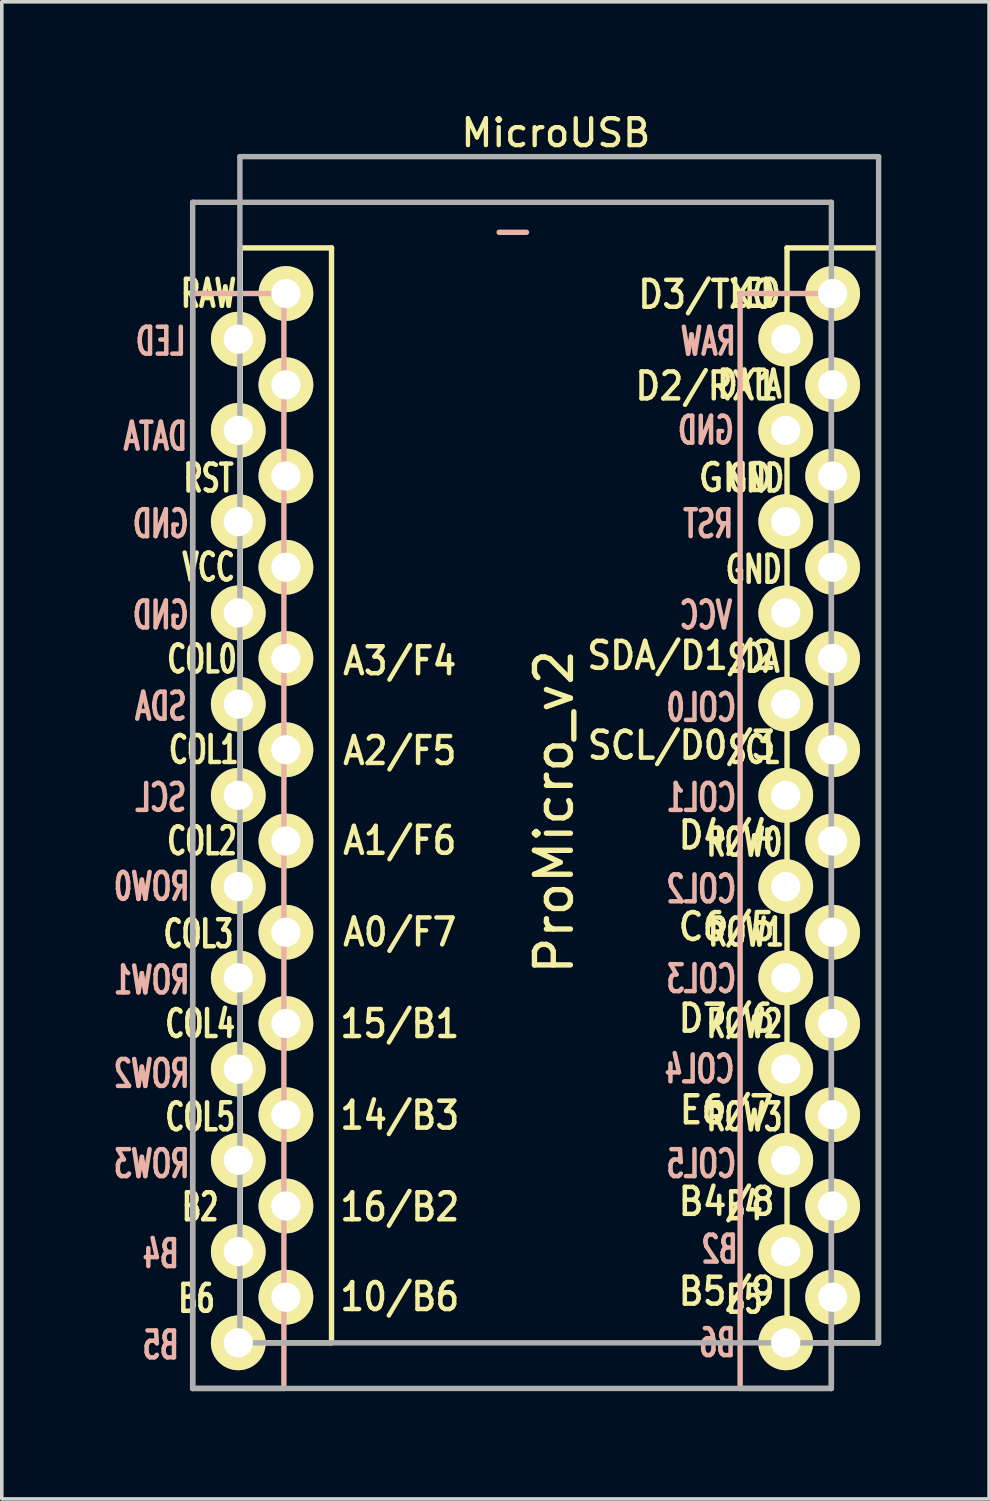
<source format=kicad_pcb>
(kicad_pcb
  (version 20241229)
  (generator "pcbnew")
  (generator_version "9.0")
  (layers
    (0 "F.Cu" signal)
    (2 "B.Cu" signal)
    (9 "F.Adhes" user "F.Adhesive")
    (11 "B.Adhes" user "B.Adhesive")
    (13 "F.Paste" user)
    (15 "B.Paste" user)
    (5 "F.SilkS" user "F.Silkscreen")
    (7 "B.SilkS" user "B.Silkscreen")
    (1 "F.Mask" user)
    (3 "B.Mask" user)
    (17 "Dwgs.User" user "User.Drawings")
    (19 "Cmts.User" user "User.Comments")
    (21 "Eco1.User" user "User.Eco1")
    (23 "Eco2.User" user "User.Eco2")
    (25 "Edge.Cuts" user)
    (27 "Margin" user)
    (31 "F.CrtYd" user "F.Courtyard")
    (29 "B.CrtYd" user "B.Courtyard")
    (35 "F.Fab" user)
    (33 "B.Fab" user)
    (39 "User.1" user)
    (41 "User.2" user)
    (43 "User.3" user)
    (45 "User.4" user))
  (footprint "ProMicro_v2"
    (layer "F.Cu")
    (at 12.473 19.599)
    (property "Reference" "ProMicro_v2" (at -0.1 -0.05 270) (layer "F.SilkS") (effects (font (size 1 1) (thickness 0.15))))
    (attr through_hole)
    (fp_line (start -8.834 -15.748) (end -6.294 -15.748) (stroke (width 0.15) (type solid)) (layer "F.SilkS"))
    (fp_line (start -8.834 14.732) (end -8.834 -15.748) (stroke (width 0.15) (type solid)) (layer "F.SilkS"))
    (fp_line (start -6.294 -15.748) (end -6.294 14.732) (stroke (width 0.15) (type solid)) (layer "F.SilkS"))
    (fp_line (start -6.294 14.732) (end -8.834 14.732) (stroke (width 0.15) (type solid)) (layer "F.SilkS"))
    (fp_line (start 6.386 -15.748) (end 8.926 -15.748) (stroke (width 0.15) (type solid)) (layer "F.SilkS"))
    (fp_line (start 6.386 14.732) (end 6.386 -15.748) (stroke (width 0.15) (type solid)) (layer "F.SilkS"))
    (fp_line (start 8.926 -15.748) (end 8.926 14.732) (stroke (width 0.15) (type solid)) (layer "F.SilkS"))
    (fp_line (start 8.926 14.732) (end 6.386 14.732) (stroke (width 0.15) (type solid)) (layer "F.SilkS"))
    (fp_line (start -10.16 -14.478) (end -7.62 -14.478) (stroke (width 0.15) (type solid)) (layer "B.SilkS"))
    (fp_line (start -10.16 16.002) (end -10.16 -14.478) (stroke (width 0.15) (type solid)) (layer "B.SilkS"))
    (fp_line (start -7.62 -14.478) (end -7.62 16.002) (stroke (width 0.15) (type solid)) (layer "B.SilkS"))
    (fp_line (start -7.62 16.002) (end -10.16 16.002) (stroke (width 0.15) (type solid)) (layer "B.SilkS"))
    (fp_line (start 5.08 -14.478) (end 7.62 -14.478) (stroke (width 0.15) (type solid)) (layer "B.SilkS"))
    (fp_line (start 5.08 16.002) (end 5.08 -14.478) (stroke (width 0.15) (type solid)) (layer "B.SilkS"))
    (fp_line (start 7.62 -14.478) (end 7.62 16.002) (stroke (width 0.15) (type solid)) (layer "B.SilkS"))
    (fp_line (start 7.62 16.002) (end 5.08 16.002) (stroke (width 0.15) (type solid)) (layer "B.SilkS"))
    (fp_line (start -10.16 -17.018) (end 7.62 -17.018) (stroke (width 0.15) (type solid)) (layer "F.Fab"))
    (fp_line (start -10.16 16.002) (end -10.16 -17.018) (stroke (width 0.15) (type solid)) (layer "F.Fab"))
    (fp_line (start -8.845 -18.288) (end 8.935 -18.288) (stroke (width 0.15) (type solid)) (layer "F.Fab"))
    (fp_line (start -8.845 14.732) (end -8.845 -18.288) (stroke (width 0.15) (type solid)) (layer "F.Fab"))
    (fp_line (start 7.62 -17.018) (end 7.62 16.002) (stroke (width 0.15) (type solid)) (layer "F.Fab"))
    (fp_line (start 7.62 16.002) (end -10.16 16.002) (stroke (width 0.15) (type solid)) (layer "F.Fab"))
    (fp_line (start 8.935 -18.288) (end 8.935 14.732) (stroke (width 0.15) (type solid)) (layer "F.Fab"))
    (fp_line (start 8.935 14.732) (end -8.845 14.732) (stroke (width 0.15) (type solid)) (layer "F.Fab"))
    (fp_text user "COL0" (at -9.9 -4.3 0) (layer "F.SilkS") (effects (font (size 0.75 0.5) (thickness 0.125))))
    (fp_text user "VCC" (at -9.716 -6.858 0) (layer "F.SilkS") (effects (font (size 0.75 0.5) (thickness 0.125))))
    (fp_text user "E6/7" (at 4.705 8.25 0) (unlocked yes) (layer "F.SilkS") (effects (font (size 0.75 0.67) (thickness 0.125))))
    (fp_text user "SDA" (at 5.461 -4.318 0) (layer "F.SilkS") (effects (font (size 0.75 0.5) (thickness 0.125))))
    (fp_text user "GND" (at 5.461 -6.795 0) (layer "F.SilkS") (effects (font (size 0.75 0.5) (thickness 0.125))))
    (fp_text user "ROW3" (at 5.2 8.445 0) (layer "F.SilkS") (effects (font (size 0.75 0.5) (thickness 0.125))))
    (fp_text user "COL2" (at -9.9 0.762 0) (layer "F.SilkS") (effects (font (size 0.75 0.5) (thickness 0.125))))
    (fp_text user "D4/4" (at 4.705 0.6 0) (unlocked yes) (layer "F.SilkS") (effects (font (size 0.75 0.67) (thickness 0.125))))
    (fp_text user "C6/5" (at 4.705 3.15 0) (unlocked yes) (layer "F.SilkS") (effects (font (size 0.75 0.67) (thickness 0.125))))
    (fp_text user "DATA" (at 5.35 -11.95 0) (layer "F.SilkS") (effects (font (size 0.75 0.5) (thickness 0.125))))
    (fp_text user "GND" (at 5.524 -9.335 0) (layer "F.SilkS") (effects (font (size 0.75 0.5) (thickness 0.125))))
    (fp_text user "ROW0" (at 5.2 0.8 0) (layer "F.SilkS") (effects (font (size 0.75 0.5) (thickness 0.125))))
    (fp_text user "ROW2" (at 5.2 5.85 0) (layer "F.SilkS") (effects (font (size 0.75 0.5) (thickness 0.125))))
    (fp_text user "COL5" (at -9.95 8.445 0) (layer "F.SilkS") (effects (font (size 0.75 0.5) (thickness 0.125))))
    (fp_text user "A0/F7" (at -4.395 3.3 0) (unlocked yes) (layer "F.SilkS") (effects (font (size 0.75 0.67) (thickness 0.125))))
    (fp_text user "D7/6" (at 4.705 5.7 0) (unlocked yes) (layer "F.SilkS") (effects (font (size 0.75 0.67) (thickness 0.125))))
    (fp_text user "B6" (at -10.05 13.5 0) (layer "F.SilkS") (effects (font (size 0.75 0.5) (thickness 0.125))))
    (fp_text user "B5/9" (at 4.705 13.3 0) (unlocked yes) (layer "F.SilkS") (effects (font (size 0.75 0.67) (thickness 0.125))))
    (fp_text user "B4/8" (at 4.705 10.8 0) (unlocked yes) (layer "F.SilkS") (effects (font (size 0.75 0.67) (thickness 0.125))))
    (fp_text user "D2/RX1" (at 4.155 -11.9 0) (unlocked yes) (layer "F.SilkS") (effects (font (size 0.75 0.67) (thickness 0.125))))
    (fp_text user "15/B1" (at -4.395 5.85 0) (unlocked yes) (layer "F.SilkS") (effects (font (size 0.75 0.67) (thickness 0.125))))
    (fp_text user "COL4" (at -9.95 5.85 0) (layer "F.SilkS") (effects (font (size 0.75 0.5) (thickness 0.125))))
    (fp_text user "16/B2" (at -4.395 10.95 0) (unlocked yes) (layer "F.SilkS") (effects (font (size 0.75 0.67) (thickness 0.125))))
    (fp_text user "B4" (at 5.2 10.922 0) (layer "F.SilkS") (effects (font (size 0.75 0.5) (thickness 0.125))))
    (fp_text user "B2" (at -9.95 10.95 0) (layer "F.SilkS") (effects (font (size 0.75 0.5) (thickness 0.125))))
    (fp_text user "" (at -0.5 -17.25 0) (layer "F.SilkS") (effects (font (size 1 1) (thickness 0.15))))
    (fp_text user "A3/F4" (at -4.395 -4.25 0) (unlocked yes) (layer "F.SilkS") (effects (font (size 0.75 0.67) (thickness 0.125))))
    (fp_text user "D3/TX0" (at 4.155 -14.45 0) (unlocked yes) (layer "F.SilkS") (effects (font (size 0.75 0.67) (thickness 0.125))))
    (fp_text user "GND" (at 4.955 -9.35 0) (layer "F.SilkS") (effects (font (size 0.75 0.67) (thickness 0.125))))
    (fp_text user "14/B3" (at -4.395 8.4 0) (unlocked yes) (layer "F.SilkS") (effects (font (size 0.75 0.67) (thickness 0.125))))
    (fp_text user "COL3" (at -10 3.35 0) (layer "F.SilkS") (effects (font (size 0.75 0.5) (thickness 0.125))))
    (fp_text user "ROW1" (at 5.25 3.302 0) (layer "F.SilkS") (effects (font (size 0.75 0.5) (thickness 0.125))))
    (fp_text user "MicroUSB" (at -0.05 -18.95 0) (layer "F.SilkS") (effects (font (size 0.75 0.75) (thickness 0.12))))
    (fp_text user "A1/F6" (at -4.395 0.75 0) (unlocked yes) (layer "F.SilkS") (effects (font (size 0.75 0.67) (thickness 0.125))))
    (fp_text user "SCL/D0/3" (at 3.455 -1.9 0) (unlocked yes) (layer "F.SilkS") (effects (font (size 0.75 0.67) (thickness 0.125))))
    (fp_text user "RAW" (at -9.716 -14.478 0) (layer "F.SilkS") (effects (font (size 0.75 0.5) (thickness 0.125))))
    (fp_text user "RST" (at -9.716 -9.335 0) (layer "F.SilkS") (effects (font (size 0.75 0.5) (thickness 0.125))))
    (fp_text user "B5" (at 5.2 13.525 0) (layer "F.SilkS") (effects (font (size 0.75 0.5) (thickness 0.125))))
    (fp_text user "10/B6" (at -4.395 13.45 0) (unlocked yes) (layer "F.SilkS") (effects (font (size 0.75 0.67) (thickness 0.125))))
    (fp_text user "A2/F5" (at -4.395 -1.75 0) (unlocked yes) (layer "F.SilkS") (effects (font (size 0.75 0.67) (thickness 0.125))))
    (fp_text user "COL1" (at -9.85 -1.778 0) (layer "F.SilkS") (effects (font (size 0.75 0.5) (thickness 0.125))))
    (fp_text user "SCL" (at 5.461 -1.778 0) (layer "F.SilkS") (effects (font (size 0.75 0.5) (thickness 0.125))))
    (fp_text user "LED" (at 5.5 -14.478 0) (layer "F.SilkS") (effects (font (size 0.75 0.5) (thickness 0.125))))
    (fp_text user "SDA/D1/2" (at 3.455 -4.4 0) (unlocked yes) (layer "F.SilkS") (effects (font (size 0.75 0.67) (thickness 0.125))))
    (fp_text user "-" (at -1.206 -16.256 0) (layer "B.SilkS") (effects (font (size 1 1) (thickness 0.15) (italic yes)) (justify mirror)))
    (fp_text user "RAW" (at 4.191 -13.145 0) (layer "B.SilkS") (effects (font (size 0.75 0.5) (thickness 0.125)) (justify mirror)))
    (fp_text user "" (at -1.206 -16.256 0) (layer "B.SilkS") (effects (font (size 1 1) (thickness 0.15)) (justify mirror)))
    (fp_text user "GND" (at -11.049 -8.065 0) (layer "B.SilkS") (effects (font (size 0.75 0.5) (thickness 0.125)) (justify mirror)))
    (fp_text user "COL5" (at 4 9.75 0) (layer "B.SilkS") (effects (font (size 0.75 0.5) (thickness 0.125)) (justify mirror)))
    (fp_text user "COL1" (at 4 -0.445 0) (layer "B.SilkS") (effects (font (size 0.75 0.5) (thickness 0.125)) (justify mirror)))
    (fp_text user "B6" (at 4.445 14.732 0) (layer "B.SilkS") (effects (font (size 0.75 0.5) (thickness 0.125)) (justify mirror)))
    (fp_text user "ROW3" (at -11.3 9.75 0) (layer "B.SilkS") (effects (font (size 0.75 0.5) (thickness 0.125)) (justify mirror)))
    (fp_text user "DATA" (at -11.2 -10.5 0) (layer "B.SilkS") (effects (font (size 0.75 0.5) (thickness 0.125)) (justify mirror)))
    (fp_text user "ROW0" (at -11.3 2.032 0) (layer "B.SilkS") (effects (font (size 0.75 0.5) (thickness 0.125)) (justify mirror)))
    (fp_text user "ROW1" (at -11.3 4.636 0) (layer "B.SilkS") (effects (font (size 0.75 0.5) (thickness 0.125)) (justify mirror)))
    (fp_text user "B4" (at -11.049 12.255 0) (layer "B.SilkS") (effects (font (size 0.75 0.5) (thickness 0.125)) (justify mirror)))
    (fp_text user "GND" (at 4.128 -10.668 0) (layer "B.SilkS") (effects (font (size 0.75 0.5) (thickness 0.125)) (justify mirror)))
    (fp_text user "SCL" (at -11.049 -0.445 0) (layer "B.SilkS") (effects (font (size 0.75 0.5) (thickness 0.125)) (justify mirror)))
    (fp_text user "GND" (at -11.049 -5.524 0) (layer "B.SilkS") (effects (font (size 0.75 0.5) (thickness 0.125)) (justify mirror)))
    (fp_text user "ROW2" (at -11.3 7.239 0) (layer "B.SilkS") (effects (font (size 0.75 0.5) (thickness 0.125)) (justify mirror)))
    (fp_text user "COL4" (at 3.95 7.112 0) (layer "B.SilkS") (effects (font (size 0.75 0.5) (thickness 0.125)) (justify mirror)))
    (fp_text user "COL2" (at 4 2.1 0) (layer "B.SilkS") (effects (font (size 0.75 0.5) (thickness 0.125)) (justify mirror)))
    (fp_text user "RST" (at 4.191 -8.065 0) (layer "B.SilkS") (effects (font (size 0.75 0.5) (thickness 0.125)) (justify mirror)))
    (fp_text user "VCC" (at 4.128 -5.524 0) (layer "B.SilkS") (effects (font (size 0.75 0.5) (thickness 0.125)) (justify mirror)))
    (fp_text user "B5" (at -11.049 14.796 0) (layer "B.SilkS") (effects (font (size 0.75 0.5) (thickness 0.125)) (justify mirror)))
    (fp_text user "LED" (at -11.049 -13.145 0) (layer "B.SilkS") (effects (font (size 0.75 0.5) (thickness 0.125)) (justify mirror)))
    (fp_text user "SDA" (at -11.049 -2.985 0) (layer "B.SilkS") (effects (font (size 0.75 0.5) (thickness 0.125)) (justify mirror)))
    (fp_text user "COL3" (at 4 4.6 0) (layer "B.SilkS") (effects (font (size 0.75 0.5) (thickness 0.125)) (justify mirror)))
    (fp_text user "COL0" (at 4 -2.95 0) (layer "B.SilkS") (effects (font (size 0.75 0.5) (thickness 0.125)) (justify mirror)))
    (fp_text user "B2" (at 4.508 12.129 0) (layer "B.SilkS") (effects (font (size 0.75 0.5) (thickness 0.125)) (justify mirror)))
    (pad "1" thru_hole circle (at -8.89 -13.208) (size 1.524 1.524) (drill 0.813) (layers "*.Cu" "*.Mask" "F.SilkS"))
    (pad "1" thru_hole circle (at 7.656 -14.478) (size 1.524 1.524) (drill 0.813) (layers "*.Cu" "*.Mask" "F.SilkS"))
    (pad "2" thru_hole circle (at -8.89 -10.668) (size 1.524 1.524) (drill 0.813) (layers "*.Cu" "*.Mask" "F.SilkS"))
    (pad "2" thru_hole circle (at 7.656 -11.938) (size 1.524 1.524) (drill 0.813) (layers "*.Cu" "*.Mask" "F.SilkS"))
    (pad "3" thru_hole circle (at -8.89 -8.128) (size 1.524 1.524) (drill 0.813) (layers "*.Cu" "*.Mask" "F.SilkS"))
    (pad "3" thru_hole circle (at 7.656 -9.398) (size 1.524 1.524) (drill 0.813) (layers "*.Cu" "*.Mask" "F.SilkS"))
    (pad "4" thru_hole circle (at -8.89 -5.588) (size 1.524 1.524) (drill 0.813) (layers "*.Cu" "*.Mask" "F.SilkS"))
    (pad "4" thru_hole circle (at 7.656 -6.858) (size 1.524 1.524) (drill 0.813) (layers "*.Cu" "*.Mask" "F.SilkS"))
    (pad "5" thru_hole circle (at -8.89 -3.048) (size 1.524 1.524) (drill 0.813) (layers "*.Cu" "*.Mask" "F.SilkS"))
    (pad "5" thru_hole circle (at 7.656 -4.318) (size 1.524 1.524) (drill 0.813) (layers "*.Cu" "*.Mask" "F.SilkS"))
    (pad "6" thru_hole circle (at -8.89 -0.508) (size 1.524 1.524) (drill 0.813) (layers "*.Cu" "*.Mask" "F.SilkS"))
    (pad "6" thru_hole circle (at 7.656 -1.778) (size 1.524 1.524) (drill 0.813) (layers "*.Cu" "*.Mask" "F.SilkS"))
    (pad "7" thru_hole circle (at -8.89 2.032) (size 1.524 1.524) (drill 0.813) (layers "*.Cu" "*.Mask" "F.SilkS"))
    (pad "7" thru_hole circle (at 7.656 0.762) (size 1.524 1.524) (drill 0.813) (layers "*.Cu" "*.Mask" "F.SilkS"))
    (pad "8" thru_hole circle (at -8.89 4.572) (size 1.524 1.524) (drill 0.813) (layers "*.Cu" "*.Mask" "F.SilkS"))
    (pad "8" thru_hole circle (at 7.656 3.302) (size 1.524 1.524) (drill 0.813) (layers "*.Cu" "*.Mask" "F.SilkS"))
    (pad "9" thru_hole circle (at -8.89 7.112) (size 1.524 1.524) (drill 0.813) (layers "*.Cu" "*.Mask" "F.SilkS"))
    (pad "9" thru_hole circle (at 7.656 5.842) (size 1.524 1.524) (drill 0.813) (layers "*.Cu" "*.Mask" "F.SilkS"))
    (pad "10" thru_hole circle (at -8.89 9.652) (size 1.524 1.524) (drill 0.813) (layers "*.Cu" "*.Mask" "F.SilkS"))
    (pad "10" thru_hole circle (at 7.656 8.382) (size 1.524 1.524) (drill 0.813) (layers "*.Cu" "*.Mask" "F.SilkS"))
    (pad "11" thru_hole circle (at -8.89 12.192) (size 1.524 1.524) (drill 0.813) (layers "*.Cu" "*.Mask" "F.SilkS"))
    (pad "11" thru_hole circle (at 7.656 10.922) (size 1.524 1.524) (drill 0.813) (layers "*.Cu" "*.Mask" "F.SilkS"))
    (pad "12" thru_hole circle (at -8.89 14.732) (size 1.524 1.524) (drill 0.813) (layers "*.Cu" "*.Mask" "F.SilkS"))
    (pad "12" thru_hole circle (at 7.656 13.462) (size 1.524 1.524) (drill 0.813) (layers "*.Cu" "*.Mask" "F.SilkS"))
    (pad "13" thru_hole circle (at -7.564 13.462) (size 1.524 1.524) (drill 0.813) (layers "*.Cu" "*.Mask" "F.SilkS"))
    (pad "13" thru_hole circle (at 6.35 14.732) (size 1.524 1.524) (drill 0.813) (layers "*.Cu" "*.Mask" "F.SilkS"))
    (pad "14" thru_hole circle (at -7.564 10.922) (size 1.524 1.524) (drill 0.813) (layers "*.Cu" "*.Mask" "F.SilkS"))
    (pad "14" thru_hole circle (at 6.35 12.192) (size 1.524 1.524) (drill 0.813) (layers "*.Cu" "*.Mask" "F.SilkS"))
    (pad "15" thru_hole circle (at -7.564 8.382) (size 1.524 1.524) (drill 0.813) (layers "*.Cu" "*.Mask" "F.SilkS"))
    (pad "15" thru_hole circle (at 6.35 9.652) (size 1.524 1.524) (drill 0.813) (layers "*.Cu" "*.Mask" "F.SilkS"))
    (pad "16" thru_hole circle (at -7.564 5.842) (size 1.524 1.524) (drill 0.813) (layers "*.Cu" "*.Mask" "F.SilkS"))
    (pad "16" thru_hole circle (at 6.35 7.112) (size 1.524 1.524) (drill 0.813) (layers "*.Cu" "*.Mask" "F.SilkS"))
    (pad "17" thru_hole circle (at -7.564 3.302) (size 1.524 1.524) (drill 0.813) (layers "*.Cu" "*.Mask" "F.SilkS"))
    (pad "17" thru_hole circle (at 6.35 4.572) (size 1.524 1.524) (drill 0.813) (layers "*.Cu" "*.Mask" "F.SilkS"))
    (pad "18" thru_hole circle (at -7.564 0.762) (size 1.524 1.524) (drill 0.813) (layers "*.Cu" "*.Mask" "F.SilkS"))
    (pad "18" thru_hole circle (at 6.35 2.032) (size 1.524 1.524) (drill 0.813) (layers "*.Cu" "*.Mask" "F.SilkS"))
    (pad "19" thru_hole circle (at -7.564 -1.778) (size 1.524 1.524) (drill 0.813) (layers "*.Cu" "*.Mask" "F.SilkS"))
    (pad "19" thru_hole circle (at 6.35 -0.508) (size 1.524 1.524) (drill 0.813) (layers "*.Cu" "*.Mask" "F.SilkS"))
    (pad "20" thru_hole circle (at -7.564 -4.318) (size 1.524 1.524) (drill 0.813) (layers "*.Cu" "*.Mask" "F.SilkS"))
    (pad "20" thru_hole circle (at 6.35 -3.048) (size 1.524 1.524) (drill 0.813) (layers "*.Cu" "*.Mask" "F.SilkS"))
    (pad "21" thru_hole circle (at -7.564 -6.858) (size 1.524 1.524) (drill 0.813) (layers "*.Cu" "*.Mask" "F.SilkS"))
    (pad "21" thru_hole circle (at 6.35 -5.588) (size 1.524 1.524) (drill 0.813) (layers "*.Cu" "*.Mask" "F.SilkS"))
    (pad "22" thru_hole circle (at -7.564 -9.398) (size 1.524 1.524) (drill 0.813) (layers "*.Cu" "*.Mask" "F.SilkS"))
    (pad "22" thru_hole circle (at 6.35 -8.128) (size 1.524 1.524) (drill 0.813) (layers "*.Cu" "*.Mask" "F.SilkS"))
    (pad "23" thru_hole circle (at -7.564 -11.938) (size 1.524 1.524) (drill 0.813) (layers "*.Cu" "*.Mask" "F.SilkS"))
    (pad "23" thru_hole circle (at 6.35 -10.668) (size 1.524 1.524) (drill 0.813) (layers "*.Cu" "*.Mask" "F.SilkS"))
    (pad "24" thru_hole circle (at -7.564 -14.478) (size 1.524 1.524) (drill 0.813) (layers "*.Cu" "*.Mask" "F.SilkS"))
    (pad "24" thru_hole circle (at 6.35 -13.208) (size 1.524 1.524) (drill 0.813) (layers "*.Cu" "*.Mask" "F.SilkS")))
  (gr_rect
    (start -3 -3)
    (end 24.483 38.676)
    (stroke (width 0.1) (type default))
    (fill no)
    (layer "Edge.Cuts")))
</source>
